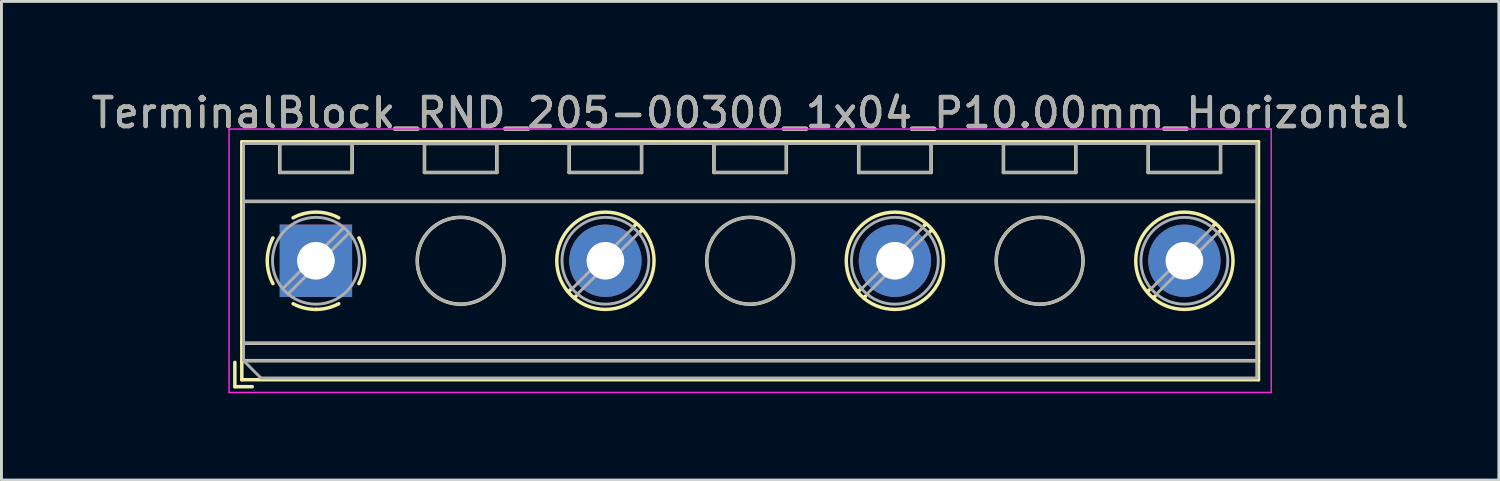
<source format=kicad_pcb>
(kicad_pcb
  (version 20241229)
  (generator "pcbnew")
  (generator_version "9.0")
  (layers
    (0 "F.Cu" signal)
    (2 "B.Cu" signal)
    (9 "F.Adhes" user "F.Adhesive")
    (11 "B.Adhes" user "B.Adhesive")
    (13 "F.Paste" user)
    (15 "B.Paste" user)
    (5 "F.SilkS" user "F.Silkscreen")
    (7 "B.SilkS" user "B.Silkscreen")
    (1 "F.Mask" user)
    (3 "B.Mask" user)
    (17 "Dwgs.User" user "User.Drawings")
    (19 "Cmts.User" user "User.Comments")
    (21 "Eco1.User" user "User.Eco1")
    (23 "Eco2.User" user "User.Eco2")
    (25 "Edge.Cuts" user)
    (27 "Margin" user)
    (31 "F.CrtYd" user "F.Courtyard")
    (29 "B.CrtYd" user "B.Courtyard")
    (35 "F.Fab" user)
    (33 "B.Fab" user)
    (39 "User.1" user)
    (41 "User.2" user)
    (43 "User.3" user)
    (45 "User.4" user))
  (footprint "TerminalBlock_RND_205-00300_1x04_P10.00mm_Horizontal"
    (layer "F.Cu")
    (at 7.863 5.958)
    (property "Reference" "TerminalBlock_RND_205-00300_1x04_P10.00mm_Horizontal" (at 15 -5.11 0) (layer "F.SilkS") (effects (font (size 1 1) (thickness 0.15))))
    (attr through_hole)
    (fp_line (start -2.8 3.51) (end -2.8 4.35) (stroke (width 0.12) (type solid)) (layer "F.SilkS"))
    (fp_line (start -2.8 4.35) (end -2.2 4.35) (stroke (width 0.12) (type solid)) (layer "F.SilkS"))
    (fp_line (start -2.56 -4.11) (end -2.56 4.11) (stroke (width 0.12) (type solid)) (layer "F.SilkS"))
    (fp_line (start -2.56 -4.11) (end 32.56 -4.11) (stroke (width 0.12) (type solid)) (layer "F.SilkS"))
    (fp_line (start -2.56 -2.05) (end 32.56 -2.05) (stroke (width 0.12) (type solid)) (layer "F.SilkS"))
    (fp_line (start -2.56 2.85) (end 32.56 2.85) (stroke (width 0.12) (type solid)) (layer "F.SilkS"))
    (fp_line (start -2.56 3.45) (end 32.56 3.45) (stroke (width 0.12) (type solid)) (layer "F.SilkS"))
    (fp_line (start -2.56 4.11) (end 32.56 4.11) (stroke (width 0.12) (type solid)) (layer "F.SilkS"))
    (fp_line (start -1.25 -4.05) (end -1.25 -3.05) (stroke (width 0.12) (type solid)) (layer "F.SilkS"))
    (fp_line (start -1.25 -4.05) (end 1.25 -4.05) (stroke (width 0.12) (type solid)) (layer "F.SilkS"))
    (fp_line (start -1.25 -3.05) (end 1.25 -3.05) (stroke (width 0.12) (type solid)) (layer "F.SilkS"))
    (fp_line (start 1.25 -4.05) (end 1.25 -3.05) (stroke (width 0.12) (type solid)) (layer "F.SilkS"))
    (fp_line (start 3.75 -4.05) (end 3.75 -3.05) (stroke (width 0.12) (type solid)) (layer "F.SilkS"))
    (fp_line (start 3.75 -4.05) (end 6.25 -4.05) (stroke (width 0.12) (type solid)) (layer "F.SilkS"))
    (fp_line (start 3.75 -3.05) (end 6.25 -3.05) (stroke (width 0.12) (type solid)) (layer "F.SilkS"))
    (fp_line (start 6.25 -4.05) (end 6.25 -3.05) (stroke (width 0.12) (type solid)) (layer "F.SilkS"))
    (fp_line (start 8.75 -4.05) (end 8.75 -3.05) (stroke (width 0.12) (type solid)) (layer "F.SilkS"))
    (fp_line (start 8.75 -4.05) (end 11.25 -4.05) (stroke (width 0.12) (type solid)) (layer "F.SilkS"))
    (fp_line (start 8.75 -3.05) (end 11.25 -3.05) (stroke (width 0.12) (type solid)) (layer "F.SilkS"))
    (fp_line (start 8.82 0.976) (end 8.726 1.069) (stroke (width 0.12) (type solid)) (layer "F.SilkS"))
    (fp_line (start 8.99 1.216) (end 8.931 1.274) (stroke (width 0.12) (type solid)) (layer "F.SilkS"))
    (fp_line (start 11.07 -1.275) (end 11.011 -1.216) (stroke (width 0.12) (type solid)) (layer "F.SilkS"))
    (fp_line (start 11.25 -4.05) (end 11.25 -3.05) (stroke (width 0.12) (type solid)) (layer "F.SilkS"))
    (fp_line (start 11.275 -1.069) (end 11.181 -0.976) (stroke (width 0.12) (type solid)) (layer "F.SilkS"))
    (fp_line (start 13.75 -4.05) (end 13.75 -3.05) (stroke (width 0.12) (type solid)) (layer "F.SilkS"))
    (fp_line (start 13.75 -4.05) (end 16.25 -4.05) (stroke (width 0.12) (type solid)) (layer "F.SilkS"))
    (fp_line (start 13.75 -3.05) (end 16.25 -3.05) (stroke (width 0.12) (type solid)) (layer "F.SilkS"))
    (fp_line (start 16.25 -4.05) (end 16.25 -3.05) (stroke (width 0.12) (type solid)) (layer "F.SilkS"))
    (fp_line (start 18.75 -4.05) (end 18.75 -3.05) (stroke (width 0.12) (type solid)) (layer "F.SilkS"))
    (fp_line (start 18.75 -4.05) (end 21.25 -4.05) (stroke (width 0.12) (type solid)) (layer "F.SilkS"))
    (fp_line (start 18.75 -3.05) (end 21.25 -3.05) (stroke (width 0.12) (type solid)) (layer "F.SilkS"))
    (fp_line (start 18.82 0.976) (end 18.726 1.069) (stroke (width 0.12) (type solid)) (layer "F.SilkS"))
    (fp_line (start 18.99 1.216) (end 18.931 1.274) (stroke (width 0.12) (type solid)) (layer "F.SilkS"))
    (fp_line (start 21.07 -1.275) (end 21.011 -1.216) (stroke (width 0.12) (type solid)) (layer "F.SilkS"))
    (fp_line (start 21.25 -4.05) (end 21.25 -3.05) (stroke (width 0.12) (type solid)) (layer "F.SilkS"))
    (fp_line (start 21.275 -1.069) (end 21.181 -0.976) (stroke (width 0.12) (type solid)) (layer "F.SilkS"))
    (fp_line (start 23.75 -4.05) (end 23.75 -3.05) (stroke (width 0.12) (type solid)) (layer "F.SilkS"))
    (fp_line (start 23.75 -4.05) (end 26.25 -4.05) (stroke (width 0.12) (type solid)) (layer "F.SilkS"))
    (fp_line (start 23.75 -3.05) (end 26.25 -3.05) (stroke (width 0.12) (type solid)) (layer "F.SilkS"))
    (fp_line (start 26.25 -4.05) (end 26.25 -3.05) (stroke (width 0.12) (type solid)) (layer "F.SilkS"))
    (fp_line (start 28.75 -4.05) (end 28.75 -3.05) (stroke (width 0.12) (type solid)) (layer "F.SilkS"))
    (fp_line (start 28.75 -4.05) (end 31.25 -4.05) (stroke (width 0.12) (type solid)) (layer "F.SilkS"))
    (fp_line (start 28.75 -3.05) (end 31.25 -3.05) (stroke (width 0.12) (type solid)) (layer "F.SilkS"))
    (fp_line (start 28.82 0.976) (end 28.726 1.069) (stroke (width 0.12) (type solid)) (layer "F.SilkS"))
    (fp_line (start 28.99 1.216) (end 28.931 1.274) (stroke (width 0.12) (type solid)) (layer "F.SilkS"))
    (fp_line (start 31.07 -1.275) (end 31.011 -1.216) (stroke (width 0.12) (type solid)) (layer "F.SilkS"))
    (fp_line (start 31.25 -4.05) (end 31.25 -3.05) (stroke (width 0.12) (type solid)) (layer "F.SilkS"))
    (fp_line (start 31.275 -1.069) (end 31.181 -0.976) (stroke (width 0.12) (type solid)) (layer "F.SilkS"))
    (fp_line (start 32.56 -4.11) (end 32.56 4.11) (stroke (width 0.12) (type solid)) (layer "F.SilkS"))
    (fp_arc (start -1.483953 0.789089) (mid -1.680708 0.00005) (end -1.484 -0.789) (stroke (width 0.12) (type solid)) (layer "F.SilkS"))
    (fp_arc (start -0.789089 -1.483953) (mid -0.00005 -1.680708) (end 0.789 -1.484) (stroke (width 0.12) (type solid)) (layer "F.SilkS"))
    (fp_arc (start 0.029383 1.68045) (mid -0.392304 1.634281) (end -0.789 1.484) (stroke (width 0.12) (type solid)) (layer "F.SilkS"))
    (fp_arc (start 0.788712 1.483352) (mid 0.406429 1.630097) (end 0 1.68) (stroke (width 0.12) (type solid)) (layer "F.SilkS"))
    (fp_arc (start 1.483953 -0.789089) (mid 1.680708 -0.00005) (end 1.484 0.789) (stroke (width 0.12) (type solid)) (layer "F.SilkS"))
    (fp_circle (center 5 0) (end 6.5 0) (stroke (width 0.12) (type solid)) (fill no) (layer "F.SilkS"))
    (fp_circle (center 10 0) (end 11.68 0) (stroke (width 0.12) (type solid)) (fill no) (layer "F.SilkS"))
    (fp_circle (center 15 0) (end 16.5 0) (stroke (width 0.12) (type solid)) (fill no) (layer "F.SilkS"))
    (fp_circle (center 20 0) (end 21.68 0) (stroke (width 0.12) (type solid)) (fill no) (layer "F.SilkS"))
    (fp_circle (center 25 0) (end 26.5 0) (stroke (width 0.12) (type solid)) (fill no) (layer "F.SilkS"))
    (fp_circle (center 30 0) (end 31.68 0) (stroke (width 0.12) (type solid)) (fill no) (layer "F.SilkS"))
    (fp_line (start -3 -4.55) (end -3 4.55) (stroke (width 0.05) (type solid)) (layer "F.CrtYd"))
    (fp_line (start -3 4.55) (end 33 4.55) (stroke (width 0.05) (type solid)) (layer "F.CrtYd"))
    (fp_line (start 33 -4.55) (end -3 -4.55) (stroke (width 0.05) (type solid)) (layer "F.CrtYd"))
    (fp_line (start 33 4.55) (end 33 -4.55) (stroke (width 0.05) (type solid)) (layer "F.CrtYd"))
    (fp_line (start -2.5 -4.05) (end 32.5 -4.05) (stroke (width 0.1) (type solid)) (layer "F.Fab"))
    (fp_line (start -2.5 -2.05) (end 32.5 -2.05) (stroke (width 0.1) (type solid)) (layer "F.Fab"))
    (fp_line (start -2.5 2.85) (end 32.5 2.85) (stroke (width 0.1) (type solid)) (layer "F.Fab"))
    (fp_line (start -2.5 3.45) (end -2.5 -4.05) (stroke (width 0.1) (type solid)) (layer "F.Fab"))
    (fp_line (start -2.5 3.45) (end 32.5 3.45) (stroke (width 0.1) (type solid)) (layer "F.Fab"))
    (fp_line (start -1.9 4.05) (end -2.5 3.45) (stroke (width 0.1) (type solid)) (layer "F.Fab"))
    (fp_line (start -1.25 -4.05) (end -1.25 -3.05) (stroke (width 0.1) (type solid)) (layer "F.Fab"))
    (fp_line (start -1.25 -3.05) (end 1.25 -3.05) (stroke (width 0.1) (type solid)) (layer "F.Fab"))
    (fp_line (start 0.955 -1.138) (end -1.138 0.955) (stroke (width 0.1) (type solid)) (layer "F.Fab"))
    (fp_line (start 1.138 -0.955) (end -0.955 1.138) (stroke (width 0.1) (type solid)) (layer "F.Fab"))
    (fp_line (start 1.25 -4.05) (end -1.25 -4.05) (stroke (width 0.1) (type solid)) (layer "F.Fab"))
    (fp_line (start 1.25 -3.05) (end 1.25 -4.05) (stroke (width 0.1) (type solid)) (layer "F.Fab"))
    (fp_line (start 3.75 -4.05) (end 3.75 -3.05) (stroke (width 0.1) (type solid)) (layer "F.Fab"))
    (fp_line (start 3.75 -3.05) (end 6.25 -3.05) (stroke (width 0.1) (type solid)) (layer "F.Fab"))
    (fp_line (start 6.25 -4.05) (end 3.75 -4.05) (stroke (width 0.1) (type solid)) (layer "F.Fab"))
    (fp_line (start 6.25 -3.05) (end 6.25 -4.05) (stroke (width 0.1) (type solid)) (layer "F.Fab"))
    (fp_line (start 8.75 -4.05) (end 8.75 -3.05) (stroke (width 0.1) (type solid)) (layer "F.Fab"))
    (fp_line (start 8.75 -3.05) (end 11.25 -3.05) (stroke (width 0.1) (type solid)) (layer "F.Fab"))
    (fp_line (start 10.955 -1.138) (end 8.863 0.955) (stroke (width 0.1) (type solid)) (layer "F.Fab"))
    (fp_line (start 11.138 -0.955) (end 9.046 1.138) (stroke (width 0.1) (type solid)) (layer "F.Fab"))
    (fp_line (start 11.25 -4.05) (end 8.75 -4.05) (stroke (width 0.1) (type solid)) (layer "F.Fab"))
    (fp_line (start 11.25 -3.05) (end 11.25 -4.05) (stroke (width 0.1) (type solid)) (layer "F.Fab"))
    (fp_line (start 13.75 -4.05) (end 13.75 -3.05) (stroke (width 0.1) (type solid)) (layer "F.Fab"))
    (fp_line (start 13.75 -3.05) (end 16.25 -3.05) (stroke (width 0.1) (type solid)) (layer "F.Fab"))
    (fp_line (start 16.25 -4.05) (end 13.75 -4.05) (stroke (width 0.1) (type solid)) (layer "F.Fab"))
    (fp_line (start 16.25 -3.05) (end 16.25 -4.05) (stroke (width 0.1) (type solid)) (layer "F.Fab"))
    (fp_line (start 18.75 -4.05) (end 18.75 -3.05) (stroke (width 0.1) (type solid)) (layer "F.Fab"))
    (fp_line (start 18.75 -3.05) (end 21.25 -3.05) (stroke (width 0.1) (type solid)) (layer "F.Fab"))
    (fp_line (start 20.955 -1.138) (end 18.863 0.955) (stroke (width 0.1) (type solid)) (layer "F.Fab"))
    (fp_line (start 21.138 -0.955) (end 19.046 1.138) (stroke (width 0.1) (type solid)) (layer "F.Fab"))
    (fp_line (start 21.25 -4.05) (end 18.75 -4.05) (stroke (width 0.1) (type solid)) (layer "F.Fab"))
    (fp_line (start 21.25 -3.05) (end 21.25 -4.05) (stroke (width 0.1) (type solid)) (layer "F.Fab"))
    (fp_line (start 23.75 -4.05) (end 23.75 -3.05) (stroke (width 0.1) (type solid)) (layer "F.Fab"))
    (fp_line (start 23.75 -3.05) (end 26.25 -3.05) (stroke (width 0.1) (type solid)) (layer "F.Fab"))
    (fp_line (start 26.25 -4.05) (end 23.75 -4.05) (stroke (width 0.1) (type solid)) (layer "F.Fab"))
    (fp_line (start 26.25 -3.05) (end 26.25 -4.05) (stroke (width 0.1) (type solid)) (layer "F.Fab"))
    (fp_line (start 28.75 -4.05) (end 28.75 -3.05) (stroke (width 0.1) (type solid)) (layer "F.Fab"))
    (fp_line (start 28.75 -3.05) (end 31.25 -3.05) (stroke (width 0.1) (type solid)) (layer "F.Fab"))
    (fp_line (start 30.955 -1.138) (end 28.863 0.955) (stroke (width 0.1) (type solid)) (layer "F.Fab"))
    (fp_line (start 31.138 -0.955) (end 29.046 1.138) (stroke (width 0.1) (type solid)) (layer "F.Fab"))
    (fp_line (start 31.25 -4.05) (end 28.75 -4.05) (stroke (width 0.1) (type solid)) (layer "F.Fab"))
    (fp_line (start 31.25 -3.05) (end 31.25 -4.05) (stroke (width 0.1) (type solid)) (layer "F.Fab"))
    (fp_line (start 32.5 -4.05) (end 32.5 4.05) (stroke (width 0.1) (type solid)) (layer "F.Fab"))
    (fp_line (start 32.5 4.05) (end -1.9 4.05) (stroke (width 0.1) (type solid)) (layer "F.Fab"))
    (fp_circle (center 0 0) (end 1.5 0) (stroke (width 0.1) (type solid)) (fill no) (layer "F.Fab"))
    (fp_circle (center 5 0) (end 6.5 0) (stroke (width 0.1) (type solid)) (fill no) (layer "F.Fab"))
    (fp_circle (center 10 0) (end 11.5 0) (stroke (width 0.1) (type solid)) (fill no) (layer "F.Fab"))
    (fp_circle (center 15 0) (end 16.5 0) (stroke (width 0.1) (type solid)) (fill no) (layer "F.Fab"))
    (fp_circle (center 20 0) (end 21.5 0) (stroke (width 0.1) (type solid)) (fill no) (layer "F.Fab"))
    (fp_circle (center 25 0) (end 26.5 0) (stroke (width 0.1) (type solid)) (fill no) (layer "F.Fab"))
    (fp_circle (center 30 0) (end 31.5 0) (stroke (width 0.1) (type solid)) (fill no) (layer "F.Fab"))
    (fp_text user "${REFERENCE}" (at 15 -5.11 0) (layer "F.Fab") (effects (font (size 1 1) (thickness 0.15))))
    (pad "1" thru_hole rect (at 0 0) (size 2.5 2.5) (drill 1.3) (layers "*.Cu" "*.Mask"))
    (pad "2" thru_hole circle (at 10 0) (size 2.5 2.5) (drill 1.3) (layers "*.Cu" "*.Mask"))
    (pad "3" thru_hole circle (at 20 0) (size 2.5 2.5) (drill 1.3) (layers "*.Cu" "*.Mask"))
    (pad "4" thru_hole circle (at 30 0) (size 2.5 2.5) (drill 1.3) (layers "*.Cu" "*.Mask")))
  (gr_rect
    (start -3 -3)
    (end 48.726 13.533)
    (stroke (width 0.1) (type default))
    (fill no)
    (layer "Edge.Cuts")))
</source>
